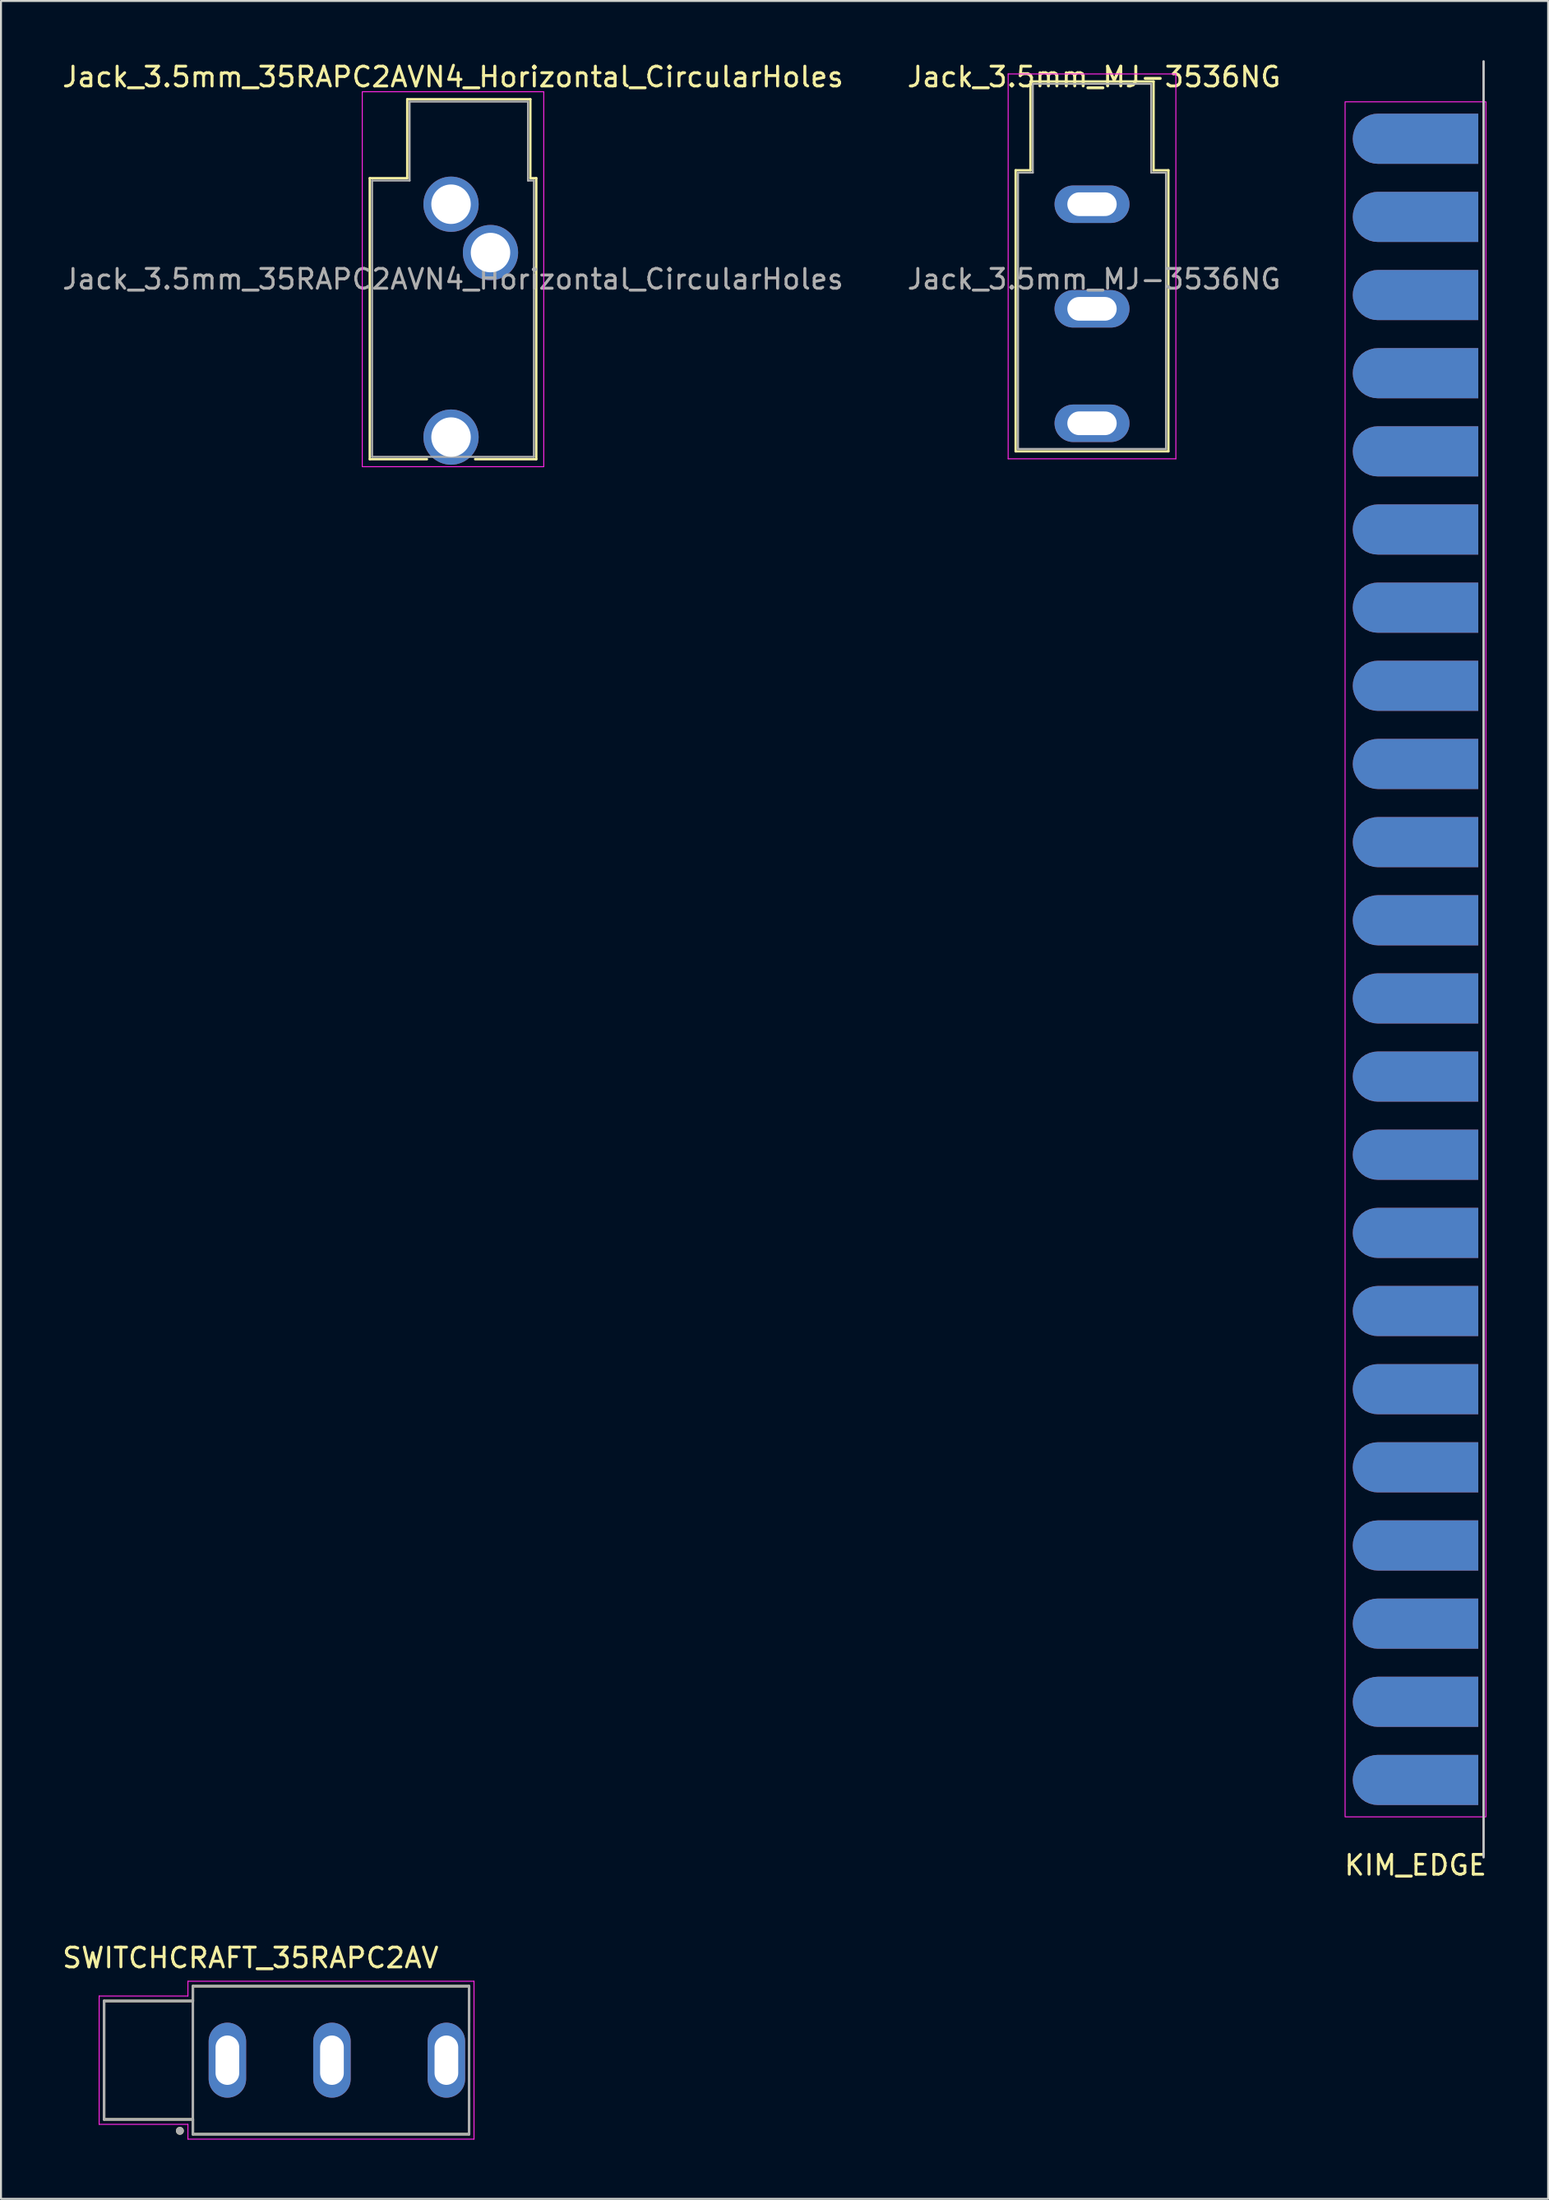
<source format=kicad_pcb>
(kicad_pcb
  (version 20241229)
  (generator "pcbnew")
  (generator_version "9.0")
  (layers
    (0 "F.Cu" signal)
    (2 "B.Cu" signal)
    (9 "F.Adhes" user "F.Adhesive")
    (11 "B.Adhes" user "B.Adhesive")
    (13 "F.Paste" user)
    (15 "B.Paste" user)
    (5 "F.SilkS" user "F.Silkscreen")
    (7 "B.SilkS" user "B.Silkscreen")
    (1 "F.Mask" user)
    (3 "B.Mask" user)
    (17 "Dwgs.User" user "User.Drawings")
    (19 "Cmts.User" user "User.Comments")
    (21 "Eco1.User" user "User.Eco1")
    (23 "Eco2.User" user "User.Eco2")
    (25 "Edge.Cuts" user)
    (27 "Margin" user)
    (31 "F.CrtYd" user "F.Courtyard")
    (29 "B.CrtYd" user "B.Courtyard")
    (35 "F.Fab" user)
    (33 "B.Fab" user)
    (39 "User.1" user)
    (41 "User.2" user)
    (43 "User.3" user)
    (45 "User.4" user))
  (footprint "KIM_EDGE"
    (layer "F.Cu")
    (at 68.696 45.56)
    (property "Reference" "KIM_EDGE" (at 0 45.9 0) (layer "F.SilkS") (effects (font (size 1 1) (thickness 0.15))))
    (attr smd)
    (fp_line (start 3.45 -45.5) (end 3.45 45.5) (stroke (width 0.12) (type solid)) (layer "Dwgs.User"))
    (fp_rect (start 3.57 -43.45) (end -3.57 43.45) (stroke (width 0.05) (type default)) (fill no) (layer "F.CrtYd"))
    (pad "1" connect roundrect (at 0 -41.58 270) (size 2.54 6.36) (layers "F.Cu" "F.Mask") (roundrect_rratio 0.5) (chamfer_ratio 0) (chamfer top_left top_right))
    (pad "2" connect roundrect (at 0 -37.62 270) (size 2.54 6.36) (layers "F.Cu" "F.Mask") (roundrect_rratio 0.5) (chamfer_ratio 0) (chamfer top_left top_right))
    (pad "3" connect roundrect (at 0 -33.66 270) (size 2.54 6.36) (layers "F.Cu" "F.Mask") (roundrect_rratio 0.5) (chamfer_ratio 0) (chamfer top_left top_right))
    (pad "4" connect roundrect (at 0 -29.7 270) (size 2.54 6.36) (layers "F.Cu" "F.Mask") (roundrect_rratio 0.5) (chamfer_ratio 0) (chamfer top_left top_right))
    (pad "5" connect roundrect (at 0 -25.74 270) (size 2.54 6.36) (layers "F.Cu" "F.Mask") (roundrect_rratio 0.5) (chamfer_ratio 0) (chamfer top_left top_right))
    (pad "6" connect roundrect (at 0 -21.78 270) (size 2.54 6.36) (layers "F.Cu" "F.Mask") (roundrect_rratio 0.5) (chamfer_ratio 0) (chamfer top_left top_right))
    (pad "7" connect roundrect (at 0 -17.82 270) (size 2.54 6.36) (layers "F.Cu" "F.Mask") (roundrect_rratio 0.5) (chamfer_ratio 0) (chamfer top_left top_right))
    (pad "8" connect roundrect (at 0 -13.86 270) (size 2.54 6.36) (layers "F.Cu" "F.Mask") (roundrect_rratio 0.5) (chamfer_ratio 0) (chamfer top_left top_right))
    (pad "9" connect roundrect (at 0 -9.9 270) (size 2.54 6.36) (layers "F.Cu" "F.Mask") (roundrect_rratio 0.5) (chamfer_ratio 0) (chamfer top_left top_right))
    (pad "10" connect roundrect (at 0 -5.94 270) (size 2.54 6.36) (layers "F.Cu" "F.Mask") (roundrect_rratio 0.5) (chamfer_ratio 0) (chamfer top_left top_right))
    (pad "11" connect roundrect (at 0 -1.98 270) (size 2.54 6.36) (layers "F.Cu" "F.Mask") (roundrect_rratio 0.5) (chamfer_ratio 0) (chamfer top_left top_right))
    (pad "12" connect roundrect (at 0 1.98 270) (size 2.54 6.36) (layers "F.Cu" "F.Mask") (roundrect_rratio 0.5) (chamfer_ratio 0) (chamfer top_left top_right))
    (pad "13" connect roundrect (at 0 5.94 270) (size 2.54 6.36) (layers "F.Cu" "F.Mask") (roundrect_rratio 0.5) (chamfer_ratio 0) (chamfer top_left top_right))
    (pad "14" connect roundrect (at 0 9.9 270) (size 2.54 6.36) (layers "F.Cu" "F.Mask") (roundrect_rratio 0.5) (chamfer_ratio 0) (chamfer top_left top_right))
    (pad "15" connect roundrect (at 0 13.86 270) (size 2.54 6.36) (layers "F.Cu" "F.Mask") (roundrect_rratio 0.5) (chamfer_ratio 0) (chamfer top_left top_right))
    (pad "16" connect roundrect (at 0 17.82 270) (size 2.54 6.36) (layers "F.Cu" "F.Mask") (roundrect_rratio 0.5) (chamfer_ratio 0) (chamfer top_left top_right))
    (pad "17" connect roundrect (at 0 21.78 270) (size 2.54 6.36) (layers "F.Cu" "F.Mask") (roundrect_rratio 0.5) (chamfer_ratio 0) (chamfer top_left top_right))
    (pad "18" connect roundrect (at 0 25.74 270) (size 2.54 6.36) (layers "F.Cu" "F.Mask") (roundrect_rratio 0.5) (chamfer_ratio 0) (chamfer top_left top_right))
    (pad "19" connect roundrect (at 0 29.7 270) (size 2.54 6.36) (layers "F.Cu" "F.Mask") (roundrect_rratio 0.5) (chamfer_ratio 0) (chamfer top_left top_right))
    (pad "20" connect roundrect (at 0 33.66 270) (size 2.54 6.36) (layers "F.Cu" "F.Mask") (roundrect_rratio 0.5) (chamfer_ratio 0) (chamfer top_left top_right))
    (pad "21" connect roundrect (at 0 37.62 270) (size 2.54 6.36) (layers "F.Cu" "F.Mask") (roundrect_rratio 0.5) (chamfer_ratio 0) (chamfer top_left top_right))
    (pad "22" connect roundrect (at 0 41.58 270) (size 2.54 6.36) (layers "F.Cu" "F.Mask") (roundrect_rratio 0.5) (chamfer_ratio 0) (chamfer top_left top_right))
    (pad "A" connect roundrect (at 0 -41.58 270) (size 2.54 6.36) (layers "B.Cu" "B.Mask") (roundrect_rratio 0.5) (chamfer_ratio 0) (chamfer top_left top_right))
    (pad "B" connect roundrect (at 0 -37.62 270) (size 2.54 6.36) (layers "B.Cu" "B.Mask") (roundrect_rratio 0.5) (chamfer_ratio 0) (chamfer top_left top_right))
    (pad "C" connect roundrect (at 0 -33.66 270) (size 2.54 6.36) (layers "B.Cu" "B.Mask") (roundrect_rratio 0.5) (chamfer_ratio 0) (chamfer top_left top_right))
    (pad "D" connect roundrect (at 0 -29.7 270) (size 2.54 6.36) (layers "B.Cu" "B.Mask") (roundrect_rratio 0.5) (chamfer_ratio 0) (chamfer top_left top_right))
    (pad "E" connect roundrect (at 0 -25.74 270) (size 2.54 6.36) (layers "B.Cu" "B.Mask") (roundrect_rratio 0.5) (chamfer_ratio 0) (chamfer top_left top_right))
    (pad "F" connect roundrect (at 0 -21.78 270) (size 2.54 6.36) (layers "B.Cu" "B.Mask") (roundrect_rratio 0.5) (chamfer_ratio 0) (chamfer top_left top_right))
    (pad "H" connect roundrect (at 0 -17.82 270) (size 2.54 6.36) (layers "B.Cu" "B.Mask") (roundrect_rratio 0.5) (chamfer_ratio 0) (chamfer top_left top_right))
    (pad "J" connect roundrect (at 0 -13.86 270) (size 2.54 6.36) (layers "B.Cu" "B.Mask") (roundrect_rratio 0.5) (chamfer_ratio 0) (chamfer top_left top_right))
    (pad "K" connect roundrect (at 0 -9.9 270) (size 2.54 6.36) (layers "B.Cu" "B.Mask") (roundrect_rratio 0.5) (chamfer_ratio 0) (chamfer top_left top_right))
    (pad "L" connect roundrect (at 0 -5.94 270) (size 2.54 6.36) (layers "B.Cu" "B.Mask") (roundrect_rratio 0.5) (chamfer_ratio 0) (chamfer top_left top_right))
    (pad "M" connect roundrect (at 0 -1.98 270) (size 2.54 6.36) (layers "B.Cu" "B.Mask") (roundrect_rratio 0.5) (chamfer_ratio 0) (chamfer top_left top_right))
    (pad "N" connect roundrect (at 0 1.98 270) (size 2.54 6.36) (layers "B.Cu" "B.Mask") (roundrect_rratio 0.5) (chamfer_ratio 0) (chamfer top_left top_right))
    (pad "P" connect roundrect (at 0 5.94 270) (size 2.54 6.36) (layers "B.Cu" "B.Mask") (roundrect_rratio 0.5) (chamfer_ratio 0) (chamfer top_left top_right))
    (pad "R" connect roundrect (at 0 9.9 270) (size 2.54 6.36) (layers "B.Cu" "B.Mask") (roundrect_rratio 0.5) (chamfer_ratio 0) (chamfer top_left top_right))
    (pad "S" connect roundrect (at 0 13.86 270) (size 2.54 6.36) (layers "B.Cu" "B.Mask") (roundrect_rratio 0.5) (chamfer_ratio 0) (chamfer top_left top_right))
    (pad "T" connect roundrect (at 0 17.82 270) (size 2.54 6.36) (layers "B.Cu" "B.Mask") (roundrect_rratio 0.5) (chamfer_ratio 0) (chamfer top_left top_right))
    (pad "U" connect roundrect (at 0 21.78 270) (size 2.54 6.36) (layers "B.Cu" "B.Mask") (roundrect_rratio 0.5) (chamfer_ratio 0) (chamfer top_left top_right))
    (pad "V" connect roundrect (at 0 25.74 270) (size 2.54 6.36) (layers "B.Cu" "B.Mask") (roundrect_rratio 0.5) (chamfer_ratio 0) (chamfer top_left top_right))
    (pad "W" connect roundrect (at 0 29.7 270) (size 2.54 6.36) (layers "B.Cu" "B.Mask") (roundrect_rratio 0.5) (chamfer_ratio 0) (chamfer top_left top_right))
    (pad "X" connect roundrect (at 0 33.66 270) (size 2.54 6.36) (layers "B.Cu" "B.Mask") (roundrect_rratio 0.5) (chamfer_ratio 0) (chamfer top_left top_right))
    (pad "Y" connect roundrect (at 0 37.62 270) (size 2.54 6.36) (layers "B.Cu" "B.Mask") (roundrect_rratio 0.5) (chamfer_ratio 0) (chamfer top_left top_right))
    (pad "Z" connect roundrect (at 0 41.58 270) (size 2.54 6.36) (layers "B.Cu" "B.Mask") (roundrect_rratio 0.5) (chamfer_ratio 0) (chamfer top_left top_right)))
  (footprint "Jack_3.5mm_35RAPC2AVN4_Horizontal_CircularHoles"
    (layer "F.Cu")
    (at 19.811 7.298)
    (property "Reference" "Jack_3.5mm_35RAPC2AVN4_Horizontal_CircularHoles" (at 0.1 -6.45 0) (layer "F.SilkS") (effects (font (size 1 1) (thickness 0.15))))
    (attr through_hole)
    (fp_line (start -4.12 -1.32) (end -2.22 -1.32) (stroke (width 0.12) (type solid)) (layer "F.SilkS"))
    (fp_line (start -4.12 12.92) (end -4.12 -1.32) (stroke (width 0.12) (type solid)) (layer "F.SilkS"))
    (fp_line (start -2.22 -5.32) (end 4.02 -5.32) (stroke (width 0.12) (type solid)) (layer "F.SilkS"))
    (fp_line (start -2.22 -1.32) (end -2.22 -5.32) (stroke (width 0.12) (type solid)) (layer "F.SilkS"))
    (fp_line (start -1.22 12.92) (end -4.12 12.92) (stroke (width 0.12) (type solid)) (layer "F.SilkS"))
    (fp_line (start 4.02 -5.32) (end 4.02 -1.32) (stroke (width 0.12) (type solid)) (layer "F.SilkS"))
    (fp_line (start 4.02 -1.32) (end 4.32 -1.32) (stroke (width 0.12) (type solid)) (layer "F.SilkS"))
    (fp_line (start 4.32 -1.32) (end 4.32 12.92) (stroke (width 0.12) (type solid)) (layer "F.SilkS"))
    (fp_line (start 4.32 12.92) (end 1.22 12.92) (stroke (width 0.12) (type solid)) (layer "F.SilkS"))
    (fp_line (start -4.5 -5.7) (end -4.5 13.3) (stroke (width 0.05) (type solid)) (layer "F.CrtYd"))
    (fp_line (start -4.5 13.3) (end 4.7 13.3) (stroke (width 0.05) (type solid)) (layer "F.CrtYd"))
    (fp_line (start 4.7 -5.7) (end -4.5 -5.7) (stroke (width 0.05) (type solid)) (layer "F.CrtYd"))
    (fp_line (start 4.7 13.3) (end 4.7 -5.7) (stroke (width 0.05) (type solid)) (layer "F.CrtYd"))
    (fp_line (start -4 -1.2) (end -2.1 -1.2) (stroke (width 0.1) (type solid)) (layer "F.Fab"))
    (fp_line (start -4 12.8) (end -4 -1.2) (stroke (width 0.1) (type solid)) (layer "F.Fab"))
    (fp_line (start -2.1 -5.2) (end 3.9 -5.2) (stroke (width 0.1) (type solid)) (layer "F.Fab"))
    (fp_line (start -2.1 -1.2) (end -2.1 -5.2) (stroke (width 0.1) (type solid)) (layer "F.Fab"))
    (fp_line (start 3.9 -5.2) (end 3.9 -1.2) (stroke (width 0.1) (type solid)) (layer "F.Fab"))
    (fp_line (start 3.9 -1.2) (end 4.2 -1.2) (stroke (width 0.1) (type solid)) (layer "F.Fab"))
    (fp_line (start 4.2 -1.2) (end 4.2 12.8) (stroke (width 0.1) (type solid)) (layer "F.Fab"))
    (fp_line (start 4.2 12.8) (end -4 12.8) (stroke (width 0.1) (type solid)) (layer "F.Fab"))
    (fp_text user "${REFERENCE}" (at 0.1 3.8 0) (layer "F.Fab") (effects (font (size 1 1) (thickness 0.15))))
    (pad "S" thru_hole circle (at 0 0) (size 2.8 2.8) (drill 2) (layers "*.Cu" "*.Mask"))
    (pad "T" thru_hole circle (at 2 2.45) (size 2.8 2.8) (drill 2) (layers "*.Cu" "*.Mask"))
    (pad "TN" thru_hole circle (at 0 11.8) (size 2.8 2.8) (drill 2) (layers "*.Cu" "*.Mask")))
  (footprint "Jack_3.5mm_MJ-3536NG"
    (layer "F.Cu")
    (at 52.299 7.298)
    (property "Reference" "Jack_3.5mm_MJ-3536NG" (at 0.1 -6.45 0) (layer "F.SilkS") (effects (font (size 1 1) (thickness 0.15))))
    (attr through_hole)
    (fp_line (start -3.87 -1.72) (end -3.12 -1.72) (stroke (width 0.12) (type solid)) (layer "F.SilkS"))
    (fp_line (start -3.87 12.52) (end -3.87 -1.72) (stroke (width 0.12) (type solid)) (layer "F.SilkS"))
    (fp_line (start -3.12 -6.22) (end 3.12 -6.22) (stroke (width 0.12) (type solid)) (layer "F.SilkS"))
    (fp_line (start -3.12 -1.72) (end -3.12 -6.22) (stroke (width 0.12) (type solid)) (layer "F.SilkS"))
    (fp_line (start 3.12 -6.22) (end 3.12 -1.72) (stroke (width 0.12) (type solid)) (layer "F.SilkS"))
    (fp_line (start 3.12 -1.72) (end 3.87 -1.72) (stroke (width 0.12) (type solid)) (layer "F.SilkS"))
    (fp_line (start 3.87 -1.72) (end 3.87 12.52) (stroke (width 0.12) (type solid)) (layer "F.SilkS"))
    (fp_line (start 3.87 12.52) (end -3.87 12.52) (stroke (width 0.12) (type solid)) (layer "F.SilkS"))
    (fp_line (start -4.25 -6.6) (end -4.25 12.9) (stroke (width 0.05) (type solid)) (layer "F.CrtYd"))
    (fp_line (start -4.25 12.9) (end 4.25 12.9) (stroke (width 0.05) (type solid)) (layer "F.CrtYd"))
    (fp_line (start 4.25 -6.6) (end -4.25 -6.6) (stroke (width 0.05) (type solid)) (layer "F.CrtYd"))
    (fp_line (start 4.25 12.9) (end 4.25 -6.6) (stroke (width 0.05) (type solid)) (layer "F.CrtYd"))
    (fp_line (start -3.75 -1.6) (end -3 -1.6) (stroke (width 0.1) (type solid)) (layer "F.Fab"))
    (fp_line (start -3.75 12.4) (end -3.75 -1.6) (stroke (width 0.1) (type solid)) (layer "F.Fab"))
    (fp_line (start -3 -6.1) (end 3 -6.1) (stroke (width 0.1) (type solid)) (layer "F.Fab"))
    (fp_line (start -3 -1.6) (end -3 -6.1) (stroke (width 0.1) (type solid)) (layer "F.Fab"))
    (fp_line (start 3 -6.1) (end 3 -1.6) (stroke (width 0.1) (type solid)) (layer "F.Fab"))
    (fp_line (start 3 -1.6) (end 3.75 -1.6) (stroke (width 0.1) (type solid)) (layer "F.Fab"))
    (fp_line (start 3.75 -1.6) (end 3.75 12.4) (stroke (width 0.1) (type solid)) (layer "F.Fab"))
    (fp_line (start 3.75 12.4) (end -3.75 12.4) (stroke (width 0.1) (type solid)) (layer "F.Fab"))
    (fp_text user "${REFERENCE}" (at 0.1 3.8 0) (layer "F.Fab") (effects (font (size 1 1) (thickness 0.15))))
    (pad "S" thru_hole oval (at 0 0) (size 3.8 1.9) (drill oval 2.5 1.2) (layers "*.Cu" "*.Mask"))
    (pad "T" thru_hole oval (at 0 5.3) (size 3.8 1.9) (drill oval 2.5 1.2) (layers "*.Cu" "*.Mask"))
    (pad "TN" thru_hole oval (at 0 11.1) (size 3.8 1.9) (drill oval 2.5 1.2) (layers "*.Cu" "*.Mask")))
  (footprint "SWITCHCRAFT_35RAPC2AV"
    (layer "F.Cu")
    (at 11.475 101.34)
    (property "Reference" "SWITCHCRAFT_35RAPC2AV" (at -1.826 -5.184 0) (layer "F.SilkS") (effects (font (size 1 1) (thickness 0.15))))
    (attr through_hole)
    (fp_line (start -9.25 -3) (end -4.75 -3) (stroke (width 0.127) (type solid)) (layer "F.SilkS"))
    (fp_line (start -9.25 3) (end -9.25 -3) (stroke (width 0.127) (type solid)) (layer "F.SilkS"))
    (fp_line (start -4.75 -3.75) (end 9.25 -3.75) (stroke (width 0.127) (type solid)) (layer "F.SilkS"))
    (fp_line (start -4.75 -3) (end -4.75 -3.75) (stroke (width 0.127) (type solid)) (layer "F.SilkS"))
    (fp_line (start -4.75 3) (end -9.25 3) (stroke (width 0.127) (type solid)) (layer "F.SilkS"))
    (fp_line (start -4.75 3.75) (end -4.75 3) (stroke (width 0.127) (type solid)) (layer "F.SilkS"))
    (fp_line (start 9.25 -3.75) (end 9.25 -1.9) (stroke (width 0.127) (type solid)) (layer "F.SilkS"))
    (fp_line (start 9.25 1.9) (end 9.25 3.75) (stroke (width 0.127) (type solid)) (layer "F.SilkS"))
    (fp_line (start 9.25 3.75) (end -4.75 3.75) (stroke (width 0.127) (type solid)) (layer "F.SilkS"))
    (fp_circle (center -5.407 3.58) (end -5.307 3.58) (stroke (width 0.2) (type solid)) (fill no) (layer "F.SilkS"))
    (fp_line (start -9.5 -3.25) (end -5 -3.25) (stroke (width 0.05) (type solid)) (layer "F.CrtYd"))
    (fp_line (start -9.5 3.25) (end -9.5 -3.25) (stroke (width 0.05) (type solid)) (layer "F.CrtYd"))
    (fp_line (start -5 -4) (end 9.5 -4) (stroke (width 0.05) (type solid)) (layer "F.CrtYd"))
    (fp_line (start -5 -3.25) (end -5 -4) (stroke (width 0.05) (type solid)) (layer "F.CrtYd"))
    (fp_line (start -5 3.25) (end -9.5 3.25) (stroke (width 0.05) (type solid)) (layer "F.CrtYd"))
    (fp_line (start -5 4) (end -5 3.25) (stroke (width 0.05) (type solid)) (layer "F.CrtYd"))
    (fp_line (start 9.5 -4) (end 9.5 4) (stroke (width 0.05) (type solid)) (layer "F.CrtYd"))
    (fp_line (start 9.5 4) (end -5 4) (stroke (width 0.05) (type solid)) (layer "F.CrtYd"))
    (fp_line (start -9.25 -3) (end -4.75 -3) (stroke (width 0.127) (type solid)) (layer "F.Fab"))
    (fp_line (start -9.25 3) (end -9.25 -3) (stroke (width 0.127) (type solid)) (layer "F.Fab"))
    (fp_line (start -4.75 -3.75) (end -4.75 -3) (stroke (width 0.127) (type solid)) (layer "F.Fab"))
    (fp_line (start -4.75 -3.75) (end 9.25 -3.75) (stroke (width 0.127) (type solid)) (layer "F.Fab"))
    (fp_line (start -4.75 -3) (end -4.75 3) (stroke (width 0.127) (type solid)) (layer "F.Fab"))
    (fp_line (start -4.75 3) (end -9.25 3) (stroke (width 0.127) (type solid)) (layer "F.Fab"))
    (fp_line (start -4.75 3) (end -4.75 3.75) (stroke (width 0.127) (type solid)) (layer "F.Fab"))
    (fp_line (start 9.25 -3.75) (end 9.25 3.75) (stroke (width 0.127) (type solid)) (layer "F.Fab"))
    (fp_line (start 9.25 3.75) (end -4.75 3.75) (stroke (width 0.127) (type solid)) (layer "F.Fab"))
    (fp_circle (center -5.407 3.58) (end -5.307 3.58) (stroke (width 0.2) (type solid)) (fill no) (layer "F.Fab"))
    (pad "1" thru_hole oval (at -3 0) (size 1.9 3.8) (drill oval 1.2 2.5) (layers "*.Cu" "*.Mask"))
    (pad "2" thru_hole oval (at 2.3 0) (size 1.9 3.8) (drill oval 1.2 2.5) (layers "*.Cu" "*.Mask"))
    (pad "3" thru_hole oval (at 8.1 0) (size 1.9 3.8) (drill oval 1.2 2.5) (layers "*.Cu" "*.Mask")))
  (gr_rect
    (start -3 -3)
    (end 75.417 108.365)
    (stroke (width 0.1) (type default))
    (fill no)
    (layer "Edge.Cuts")))
</source>
